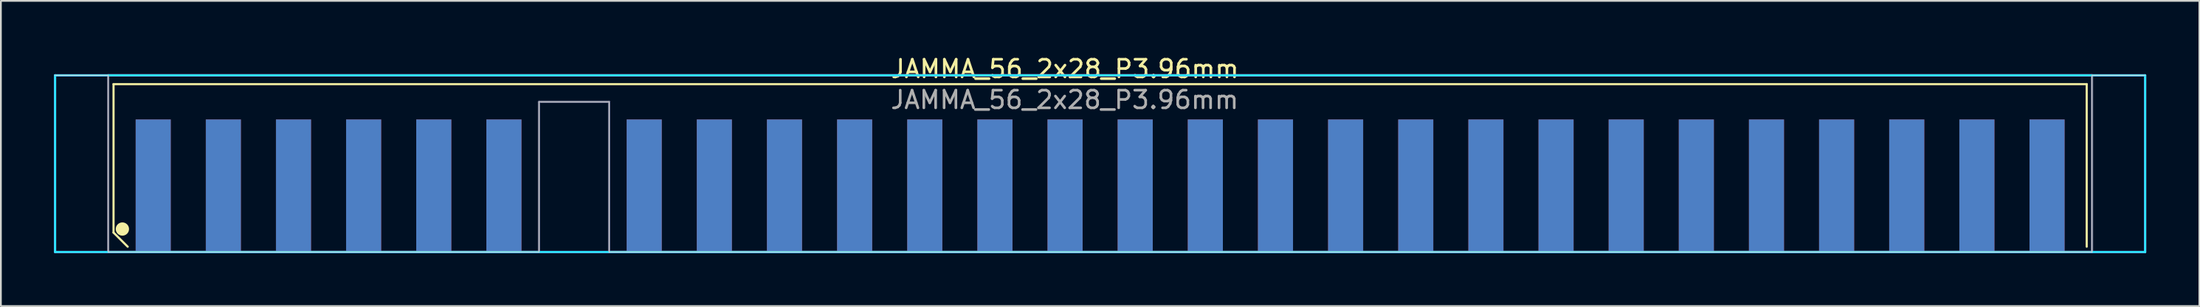
<source format=kicad_pcb>
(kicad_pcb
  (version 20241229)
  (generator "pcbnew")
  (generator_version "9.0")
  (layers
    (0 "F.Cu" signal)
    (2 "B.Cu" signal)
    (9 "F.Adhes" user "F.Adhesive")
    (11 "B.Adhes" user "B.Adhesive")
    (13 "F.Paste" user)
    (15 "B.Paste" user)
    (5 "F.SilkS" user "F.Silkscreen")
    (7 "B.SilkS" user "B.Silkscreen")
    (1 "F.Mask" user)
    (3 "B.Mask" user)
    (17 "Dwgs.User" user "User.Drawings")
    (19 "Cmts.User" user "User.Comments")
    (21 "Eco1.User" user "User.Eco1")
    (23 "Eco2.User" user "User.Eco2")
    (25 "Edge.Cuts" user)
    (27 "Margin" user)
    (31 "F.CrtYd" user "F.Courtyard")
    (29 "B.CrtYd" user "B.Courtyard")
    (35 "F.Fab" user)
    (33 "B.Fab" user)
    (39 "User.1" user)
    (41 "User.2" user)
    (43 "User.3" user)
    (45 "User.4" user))
  (footprint "JAMMA_56_2x28_P3.96mm"
    (layer "F.Cu")
    (at 57.06 7.462)
    (property "Reference" "JAMMA_56_2x28_P3.96mm" (at 0.015 -6.614 0) (layer "F.SilkS") (effects (font (size 1 1) (thickness 0.15))))
    (attr exclude_from_pos_files exclude_from_bom)
    (fp_line (start -53.7 -5.75) (end 57.7 -5.75) (stroke (width 0.12) (type solid)) (layer "F.SilkS"))
    (fp_line (start -53.7 2.65) (end -53.7 -5.75) (stroke (width 0.12) (type solid)) (layer "F.SilkS"))
    (fp_line (start -53.7 2.65) (end -52.9 3.45) (stroke (width 0.12) (type solid)) (layer "F.SilkS"))
    (fp_line (start 57.7 -5.75) (end 57.7 3.45) (stroke (width 0.12) (type solid)) (layer "F.SilkS"))
    (fp_line (start -57 -6.25) (end -54 -6.25) (stroke (width 0.05) (type solid)) (layer "Edge.Cuts"))
    (fp_line (start -54 3.75) (end -54 -6.25) (stroke (width 0.05) (type solid)) (layer "Edge.Cuts"))
    (fp_line (start -54 3.75) (end -29.68 3.75) (stroke (width 0.05) (type solid)) (layer "Edge.Cuts"))
    (fp_line (start -29.68 -4.75) (end -25.72 -4.75) (stroke (width 0.05) (type solid)) (layer "Edge.Cuts"))
    (fp_line (start -29.68 3.75) (end -29.68 -4.75) (stroke (width 0.05) (type solid)) (layer "Edge.Cuts"))
    (fp_line (start -25.72 3.75) (end -25.72 -4.75) (stroke (width 0.05) (type solid)) (layer "Edge.Cuts"))
    (fp_line (start -25.72 3.75) (end 58 3.75) (stroke (width 0.05) (type solid)) (layer "Edge.Cuts"))
    (fp_line (start 58 3.75) (end 58 -6.25) (stroke (width 0.05) (type solid)) (layer "Edge.Cuts"))
    (fp_line (start 61 -6.25) (end 58 -6.25) (stroke (width 0.05) (type solid)) (layer "Edge.Cuts"))
    (fp_line (start -57 -6.25) (end -57 3.75) (stroke (width 0.12) (type solid)) (layer "B.CrtYd"))
    (fp_line (start -57 3.75) (end 61 3.75) (stroke (width 0.12) (type solid)) (layer "B.CrtYd"))
    (fp_line (start 61 -6.25) (end -57 -6.25) (stroke (width 0.12) (type solid)) (layer "B.CrtYd"))
    (fp_line (start 61 3.75) (end 61 -6.25) (stroke (width 0.12) (type solid)) (layer "B.CrtYd"))
    (fp_line (start -57 -6.25) (end -57 3.75) (stroke (width 0.12) (type solid)) (layer "F.CrtYd"))
    (fp_line (start -57 3.75) (end 61 3.75) (stroke (width 0.12) (type solid)) (layer "F.CrtYd"))
    (fp_line (start 61 -6.25) (end -57 -6.25) (stroke (width 0.12) (type solid)) (layer "F.CrtYd"))
    (fp_line (start 61 3.75) (end 61 -6.25) (stroke (width 0.12) (type solid)) (layer "F.CrtYd"))
    (fp_line (start -54 -6.25) (end -54 3.75) (stroke (width 0.12) (type solid)) (layer "B.Fab"))
    (fp_line (start -29.68 -4.75) (end -25.72 -4.75) (stroke (width 0.12) (type solid)) (layer "B.Fab"))
    (fp_line (start -29.68 3.75) (end -54 3.75) (stroke (width 0.12) (type solid)) (layer "B.Fab"))
    (fp_line (start -29.68 3.75) (end -29.68 -4.75) (stroke (width 0.12) (type solid)) (layer "B.Fab"))
    (fp_line (start -25.72 3.75) (end -25.72 -4.75) (stroke (width 0.12) (type solid)) (layer "B.Fab"))
    (fp_line (start 58 -6.25) (end -54 -6.25) (stroke (width 0.12) (type solid)) (layer "B.Fab"))
    (fp_line (start 58 3.75) (end -25.72 3.75) (stroke (width 0.12) (type solid)) (layer "B.Fab"))
    (fp_line (start 58 3.75) (end 58 -6.25) (stroke (width 0.12) (type solid)) (layer "B.Fab"))
    (fp_line (start -54 -6.25) (end 58 -6.25) (stroke (width 0.12) (type solid)) (layer "F.Fab"))
    (fp_line (start -54 3.75) (end -54 -6.25) (stroke (width 0.12) (type solid)) (layer "F.Fab"))
    (fp_line (start -54 3.75) (end -29.68 3.75) (stroke (width 0.12) (type solid)) (layer "F.Fab"))
    (fp_line (start -29.68 -4.75) (end -25.72 -4.75) (stroke (width 0.12) (type solid)) (layer "F.Fab"))
    (fp_line (start -29.68 3.75) (end -29.68 -4.75) (stroke (width 0.12) (type solid)) (layer "F.Fab"))
    (fp_line (start -25.72 3.75) (end -25.72 -4.75) (stroke (width 0.12) (type solid)) (layer "F.Fab"))
    (fp_line (start -25.72 3.75) (end 58 3.75) (stroke (width 0.12) (type solid)) (layer "F.Fab"))
    (fp_line (start 58 -6.25) (end 58 3.75) (stroke (width 0.12) (type solid)) (layer "F.Fab"))
    (fp_text user "${REFERENCE}" (at 0 -4.864 0) (layer "F.Fab") (effects (font (size 1 1) (thickness 0.15))))
    (pad "" connect circle (at -53.2 2.45) (size 0.75 0.75) (layers "F.SilkS"))
    (pad "1" connect rect (at -51.46 0) (size 1.98 7.5) (layers "F.Cu" "F.Mask"))
    (pad "2" connect rect (at -47.5 0) (size 1.98 7.5) (layers "F.Cu" "F.Mask"))
    (pad "3" connect rect (at -43.54 0) (size 1.98 7.5) (layers "F.Cu" "F.Mask"))
    (pad "4" connect rect (at -39.58 0) (size 1.98 7.5) (layers "F.Cu" "F.Mask"))
    (pad "5" connect rect (at -35.62 0) (size 1.98 7.5) (layers "F.Cu" "F.Mask"))
    (pad "6" connect rect (at -31.66 0) (size 1.98 7.5) (layers "F.Cu" "F.Mask"))
    (pad "8" connect rect (at -23.74 0) (size 1.98 7.5) (layers "F.Cu" "F.Mask"))
    (pad "9" connect rect (at -19.78 0) (size 1.98 7.5) (layers "F.Cu" "F.Mask"))
    (pad "10" connect rect (at -15.82 0) (size 1.98 7.5) (layers "F.Cu" "F.Mask"))
    (pad "11" connect rect (at -11.86 0) (size 1.98 7.5) (layers "F.Cu" "F.Mask"))
    (pad "12" connect rect (at -7.9 0) (size 1.98 7.5) (layers "F.Cu" "F.Mask"))
    (pad "13" connect rect (at -3.94 0) (size 1.98 7.5) (layers "F.Cu" "F.Mask"))
    (pad "14" connect rect (at 0.02 0) (size 1.98 7.5) (layers "F.Cu" "F.Mask"))
    (pad "15" connect rect (at 3.98 0) (size 1.98 7.5) (layers "F.Cu" "F.Mask"))
    (pad "16" connect rect (at 7.94 0) (size 1.98 7.5) (layers "F.Cu" "F.Mask"))
    (pad "17" connect rect (at 11.9 0) (size 1.98 7.5) (layers "F.Cu" "F.Mask"))
    (pad "18" connect rect (at 15.86 0) (size 1.98 7.5) (layers "F.Cu" "F.Mask"))
    (pad "19" connect rect (at 19.82 0) (size 1.98 7.5) (layers "F.Cu" "F.Mask"))
    (pad "20" connect rect (at 23.78 0) (size 1.98 7.5) (layers "F.Cu" "F.Mask"))
    (pad "21" connect rect (at 27.74 0) (size 1.98 7.5) (layers "F.Cu" "F.Mask"))
    (pad "22" connect rect (at 31.7 0) (size 1.98 7.5) (layers "F.Cu" "F.Mask"))
    (pad "23" connect rect (at 35.66 0) (size 1.98 7.5) (layers "F.Cu" "F.Mask"))
    (pad "24" connect rect (at 39.62 0) (size 1.98 7.5) (layers "F.Cu" "F.Mask"))
    (pad "25" connect rect (at 43.58 0) (size 1.98 7.5) (layers "F.Cu" "F.Mask"))
    (pad "26" connect rect (at 47.54 0) (size 1.98 7.5) (layers "F.Cu" "F.Mask"))
    (pad "27" connect rect (at 51.5 0) (size 1.98 7.5) (layers "F.Cu" "F.Mask"))
    (pad "28" connect rect (at 55.46 0) (size 1.98 7.5) (layers "F.Cu" "F.Mask"))
    (pad "A" connect rect (at -51.46 0) (size 1.98 7.5) (layers "B.Cu" "B.Mask"))
    (pad "B" connect rect (at -47.5 0) (size 1.98 7.5) (layers "B.Cu" "B.Mask"))
    (pad "C" connect rect (at -43.54 0) (size 1.98 7.5) (layers "B.Cu" "B.Mask"))
    (pad "D" connect rect (at -39.58 0) (size 1.98 7.5) (layers "B.Cu" "B.Mask"))
    (pad "E" connect rect (at -35.62 0) (size 1.98 7.5) (layers "B.Cu" "B.Mask"))
    (pad "F" connect rect (at -31.66 0) (size 1.98 7.5) (layers "B.Cu" "B.Mask"))
    (pad "J" connect rect (at -23.74 0) (size 1.98 7.5) (layers "B.Cu" "B.Mask"))
    (pad "K" connect rect (at -19.78 0) (size 1.98 7.5) (layers "B.Cu" "B.Mask"))
    (pad "L" connect rect (at -15.82 0) (size 1.98 7.5) (layers "B.Cu" "B.Mask"))
    (pad "M" connect rect (at -11.86 0) (size 1.98 7.5) (layers "B.Cu" "B.Mask"))
    (pad "N" connect rect (at -7.9 0) (size 1.98 7.5) (layers "B.Cu" "B.Mask"))
    (pad "P" connect rect (at -3.94 0) (size 1.98 7.5) (layers "B.Cu" "B.Mask"))
    (pad "R" connect rect (at 0.02 0) (size 1.98 7.5) (layers "B.Cu" "B.Mask"))
    (pad "S" connect rect (at 3.98 0) (size 1.98 7.5) (layers "B.Cu" "B.Mask"))
    (pad "T" connect rect (at 7.94 0) (size 1.98 7.5) (layers "B.Cu" "B.Mask"))
    (pad "U" connect rect (at 11.9 0) (size 1.98 7.5) (layers "B.Cu" "B.Mask"))
    (pad "V" connect rect (at 15.86 0) (size 1.98 7.5) (layers "B.Cu" "B.Mask"))
    (pad "W" connect rect (at 19.82 0) (size 1.98 7.5) (layers "B.Cu" "B.Mask"))
    (pad "X" connect rect (at 23.78 0) (size 1.98 7.5) (layers "B.Cu" "B.Mask"))
    (pad "Y" connect rect (at 27.74 0) (size 1.98 7.5) (layers "B.Cu" "B.Mask"))
    (pad "Z" connect rect (at 31.7 0) (size 1.98 7.5) (layers "B.Cu" "B.Mask"))
    (pad "a" connect rect (at 35.66 0) (size 1.98 7.5) (layers "B.Cu" "B.Mask"))
    (pad "b" connect rect (at 39.62 0) (size 1.98 7.5) (layers "B.Cu" "B.Mask"))
    (pad "c" connect rect (at 43.58 0) (size 1.98 7.5) (layers "B.Cu" "B.Mask"))
    (pad "d" connect rect (at 47.54 0) (size 1.98 7.5) (layers "B.Cu" "B.Mask"))
    (pad "e" connect rect (at 51.5 0) (size 1.98 7.5) (layers "B.Cu" "B.Mask"))
    (pad "f" connect rect (at 55.46 0) (size 1.98 7.5) (layers "B.Cu" "B.Mask")))
  (gr_rect
    (start -3 -3)
    (end 121.12 14.272)
    (stroke (width 0.1) (type default))
    (fill no)
    (layer "Edge.Cuts")))
</source>
